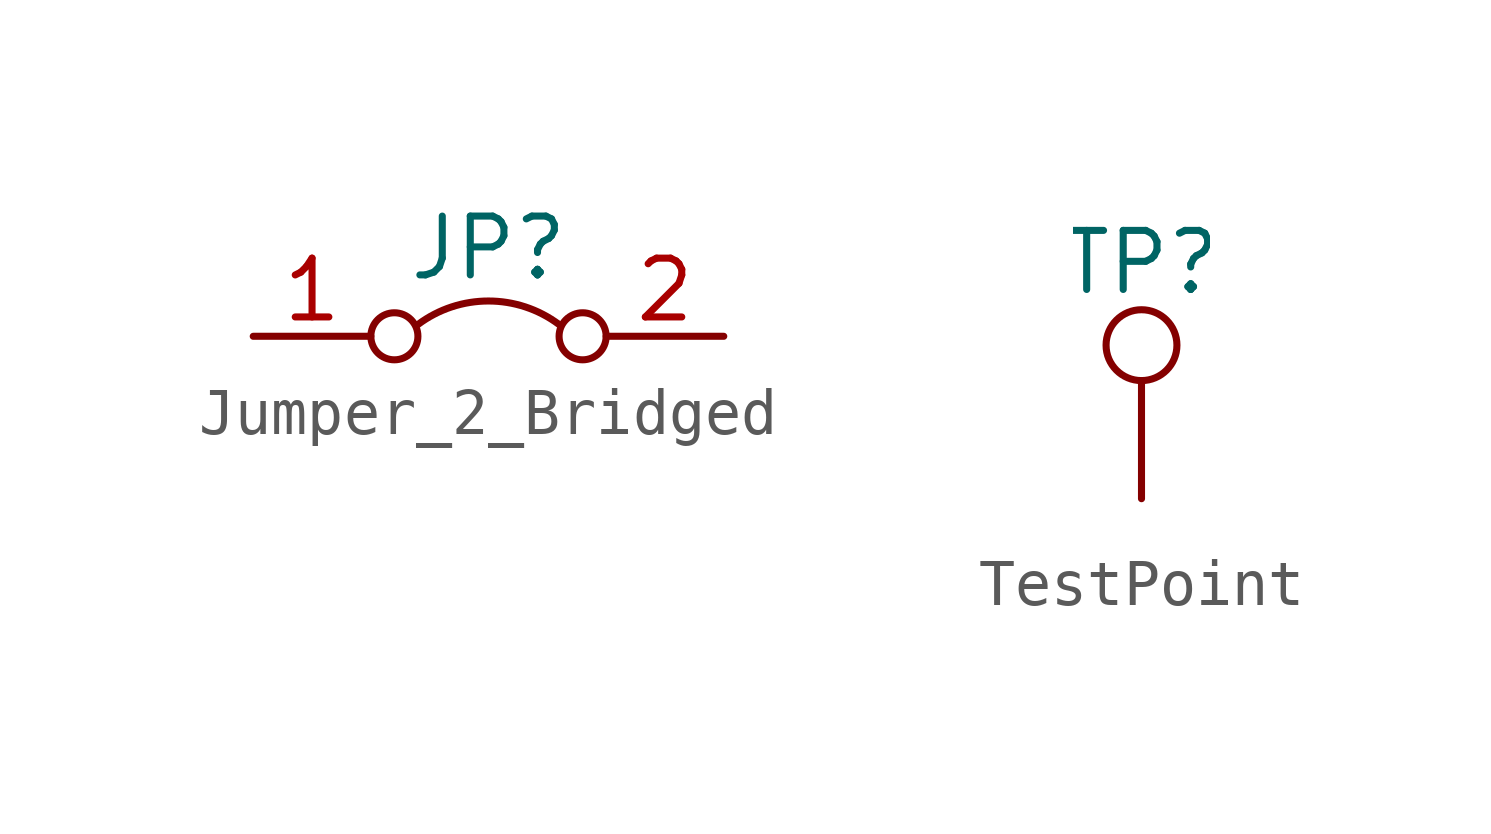
<source format=kicad_sym>
(kicad_symbol_lib
  (version 20211014)
  (generator kicad_symbol_editor)
  (symbol "Jumper_2_Bridged"
    (pin_names
      (offset 0) hide)
    (property "Reference" "JP"
      (at 0 1.905 0)
      (effects (font (size 1.27 1.27))))
    (symbol "Jumper_2_Bridged_0_0"
      (circle (center -2.032 0) (radius 0.508) (stroke (width 0) (type default) (color 0 0 0 0)) (fill (type none)))
      (circle (center 2.032 0) (radius 0.508) (stroke (width 0) (type default) (color 0 0 0 0)) (fill (type none))))
    (symbol "Jumper_2_Bridged_0_1"
      (arc (start 1.524 0.254) (mid 0 0.762) (end -1.524 0.254) (stroke (width 0) (type default) (color 0 0 0 0)) (fill (type none))))
    (symbol "Jumper_2_Bridged_1_1"
      (pin passive line (at -5.08 0 0) (length 2.54) (name "A" (effects (font (size 1.27 1.27)))) (number "1" (effects (font (size 1.27 1.27)))))
      (pin passive line (at 5.08 0 180) (length 2.54) (name "B" (effects (font (size 1.27 1.27)))) (number "2" (effects (font (size 1.27 1.27)))))))
  (symbol "TestPoint"
    (pin_numbers hide)
    (pin_names
      (offset 0.762) hide)
    (property "Reference" "TP"
      (at 0 5.08 0)
      (effects (font (size 1.27 1.27))))
    (symbol "TestPoint_0_1"
      (circle (center 0 3.302) (radius 0.762) (stroke (width 0) (type default) (color 0 0 0 0)) (fill (type none))))
    (symbol "TestPoint_1_1"
      (pin passive line (at 0 0 90) (length 2.54) (name "1" (effects (font (size 1.27 1.27)))) (number "1" (effects (font (size 1.27 1.27))))))))
</source>
